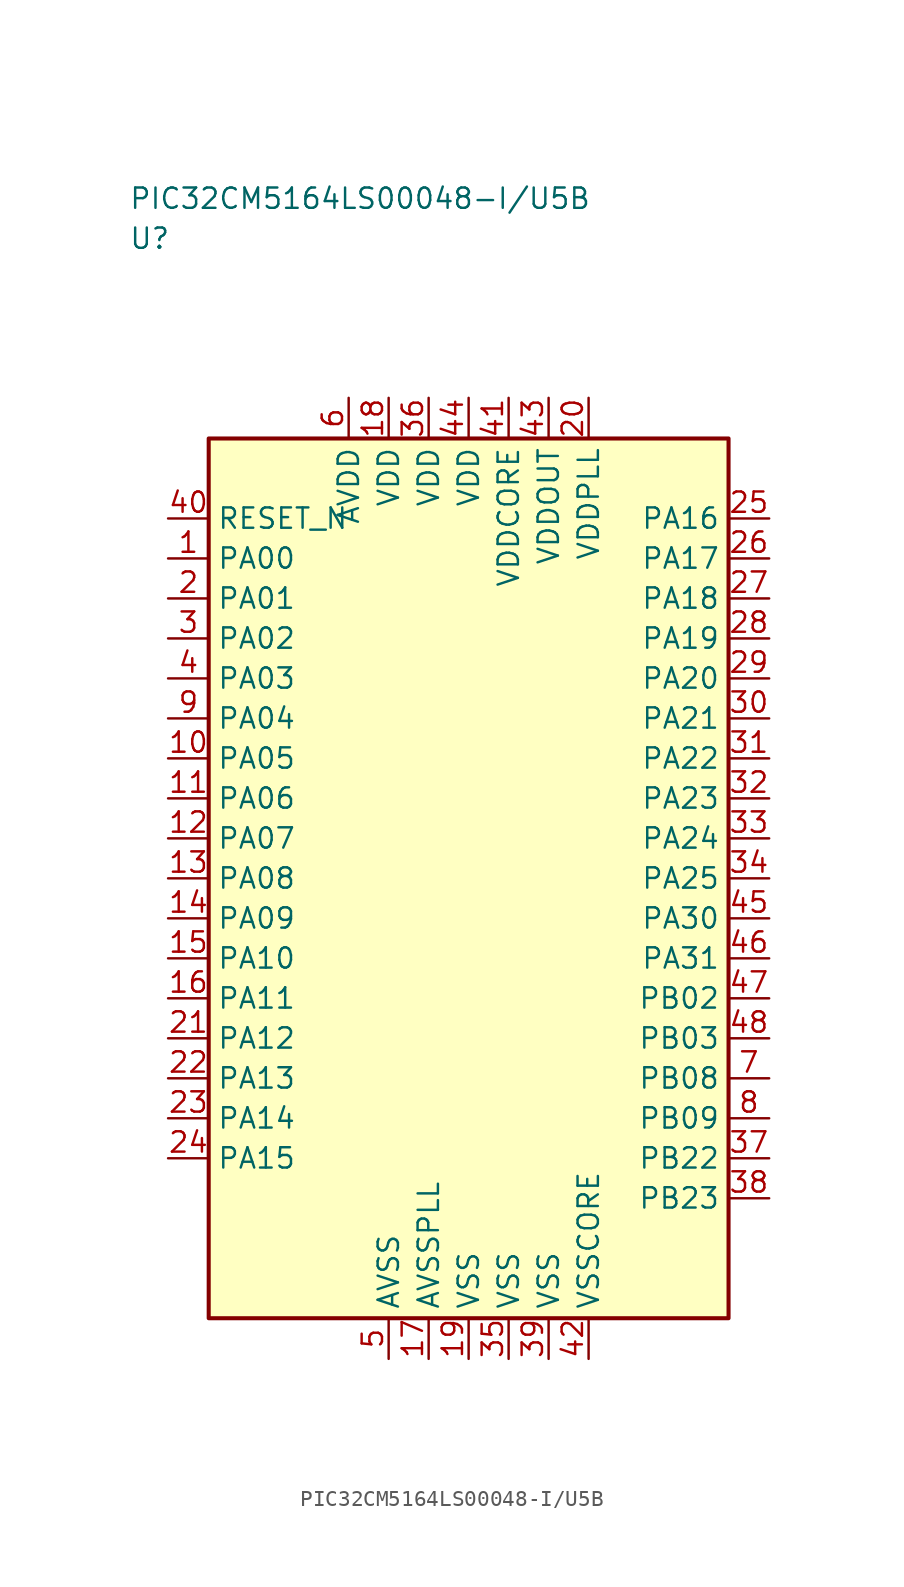
<source format=kicad_sym>
(kicad_symbol_lib
  (version 20241025)
  (generator "kicad_symbol_editor")
  (generator_version "8.0")
  (symbol "PIC32CM5164LS00048-I/U5B"
    (property "Reference" "U"
      (at -21.25 40.0 0)
      (effects (font (size 1.27 1.27)) (justify left)))
    (property "Value" "PIC32CM5164LS00048-I/U5B"
      (at -21.25 42.5 0)
      (effects (font (size 1.27 1.27)) (justify left)))
    (symbol "PIC32CM5164LS00048-I/U5B_0_1"
      (rectangle (start -16.25 27.5) (end 16.25 -27.5) (stroke (width 0.254) (type default)) (fill (type background))))
    (symbol "PIC32CM5164LS00048-I/U5B_1_1"
      (pin bidirectional line (at -18.79 20.0 0.0) (length 2.54) (name "PA00" (effects (font (size 1.27 1.27)))) (number "1" (effects (font (size 1.27 1.27)))))
      (pin bidirectional line (at -18.79 17.5 0.0) (length 2.54) (name "PA01" (effects (font (size 1.27 1.27)))) (number "2" (effects (font (size 1.27 1.27)))))
      (pin bidirectional line (at -18.79 15.0 0.0) (length 2.54) (name "PA02" (effects (font (size 1.27 1.27)))) (number "3" (effects (font (size 1.27 1.27)))))
      (pin bidirectional line (at -18.79 12.5 0.0) (length 2.54) (name "PA03" (effects (font (size 1.27 1.27)))) (number "4" (effects (font (size 1.27 1.27)))))
      (pin passive line (at -5.0 -30.04 90.0) (length 2.54) (name "AVSS" (effects (font (size 1.27 1.27)))) (number "5" (effects (font (size 1.27 1.27)))))
      (pin power_in line (at -7.5 30.04 270.0) (length 2.54) (name "AVDD" (effects (font (size 1.27 1.27)))) (number "6" (effects (font (size 1.27 1.27)))))
      (pin bidirectional line (at 18.79 -12.5 180.0) (length 2.54) (name "PB08" (effects (font (size 1.27 1.27)))) (number "7" (effects (font (size 1.27 1.27)))))
      (pin bidirectional line (at 18.79 -15.0 180.0) (length 2.54) (name "PB09" (effects (font (size 1.27 1.27)))) (number "8" (effects (font (size 1.27 1.27)))))
      (pin bidirectional line (at -18.79 10.0 0.0) (length 2.54) (name "PA04" (effects (font (size 1.27 1.27)))) (number "9" (effects (font (size 1.27 1.27)))))
      (pin bidirectional line (at -18.79 7.5 0.0) (length 2.54) (name "PA05" (effects (font (size 1.27 1.27)))) (number "10" (effects (font (size 1.27 1.27)))))
      (pin bidirectional line (at -18.79 5.0 0.0) (length 2.54) (name "PA06" (effects (font (size 1.27 1.27)))) (number "11" (effects (font (size 1.27 1.27)))))
      (pin bidirectional line (at -18.79 2.5 0.0) (length 2.54) (name "PA07" (effects (font (size 1.27 1.27)))) (number "12" (effects (font (size 1.27 1.27)))))
      (pin bidirectional line (at -18.79 0.0 0.0) (length 2.54) (name "PA08" (effects (font (size 1.27 1.27)))) (number "13" (effects (font (size 1.27 1.27)))))
      (pin bidirectional line (at -18.79 -2.5 0.0) (length 2.54) (name "PA09" (effects (font (size 1.27 1.27)))) (number "14" (effects (font (size 1.27 1.27)))))
      (pin bidirectional line (at -18.79 -5.0 0.0) (length 2.54) (name "PA10" (effects (font (size 1.27 1.27)))) (number "15" (effects (font (size 1.27 1.27)))))
      (pin bidirectional line (at -18.79 -7.5 0.0) (length 2.54) (name "PA11" (effects (font (size 1.27 1.27)))) (number "16" (effects (font (size 1.27 1.27)))))
      (pin passive line (at -2.5 -30.04 90.0) (length 2.54) (name "AVSSPLL" (effects (font (size 1.27 1.27)))) (number "17" (effects (font (size 1.27 1.27)))))
      (pin power_in line (at -5.0 30.04 270.0) (length 2.54) (name "VDD" (effects (font (size 1.27 1.27)))) (number "18" (effects (font (size 1.27 1.27)))))
      (pin passive line (at 0.0 -30.04 90.0) (length 2.54) (name "VSS" (effects (font (size 1.27 1.27)))) (number "19" (effects (font (size 1.27 1.27)))))
      (pin power_in line (at 7.5 30.04 270.0) (length 2.54) (name "VDDPLL" (effects (font (size 1.27 1.27)))) (number "20" (effects (font (size 1.27 1.27)))))
      (pin bidirectional line (at -18.79 -10.0 0.0) (length 2.54) (name "PA12" (effects (font (size 1.27 1.27)))) (number "21" (effects (font (size 1.27 1.27)))))
      (pin bidirectional line (at -18.79 -12.5 0.0) (length 2.54) (name "PA13" (effects (font (size 1.27 1.27)))) (number "22" (effects (font (size 1.27 1.27)))))
      (pin bidirectional line (at -18.79 -15.0 0.0) (length 2.54) (name "PA14" (effects (font (size 1.27 1.27)))) (number "23" (effects (font (size 1.27 1.27)))))
      (pin bidirectional line (at -18.79 -17.5 0.0) (length 2.54) (name "PA15" (effects (font (size 1.27 1.27)))) (number "24" (effects (font (size 1.27 1.27)))))
      (pin bidirectional line (at 18.79 22.5 180.0) (length 2.54) (name "PA16" (effects (font (size 1.27 1.27)))) (number "25" (effects (font (size 1.27 1.27)))))
      (pin bidirectional line (at 18.79 20.0 180.0) (length 2.54) (name "PA17" (effects (font (size 1.27 1.27)))) (number "26" (effects (font (size 1.27 1.27)))))
      (pin bidirectional line (at 18.79 17.5 180.0) (length 2.54) (name "PA18" (effects (font (size 1.27 1.27)))) (number "27" (effects (font (size 1.27 1.27)))))
      (pin bidirectional line (at 18.79 15.0 180.0) (length 2.54) (name "PA19" (effects (font (size 1.27 1.27)))) (number "28" (effects (font (size 1.27 1.27)))))
      (pin bidirectional line (at 18.79 12.5 180.0) (length 2.54) (name "PA20" (effects (font (size 1.27 1.27)))) (number "29" (effects (font (size 1.27 1.27)))))
      (pin bidirectional line (at 18.79 10.0 180.0) (length 2.54) (name "PA21" (effects (font (size 1.27 1.27)))) (number "30" (effects (font (size 1.27 1.27)))))
      (pin bidirectional line (at 18.79 7.5 180.0) (length 2.54) (name "PA22" (effects (font (size 1.27 1.27)))) (number "31" (effects (font (size 1.27 1.27)))))
      (pin bidirectional line (at 18.79 5.0 180.0) (length 2.54) (name "PA23" (effects (font (size 1.27 1.27)))) (number "32" (effects (font (size 1.27 1.27)))))
      (pin bidirectional line (at 18.79 2.5 180.0) (length 2.54) (name "PA24" (effects (font (size 1.27 1.27)))) (number "33" (effects (font (size 1.27 1.27)))))
      (pin bidirectional line (at 18.79 0.0 180.0) (length 2.54) (name "PA25" (effects (font (size 1.27 1.27)))) (number "34" (effects (font (size 1.27 1.27)))))
      (pin passive line (at 2.5 -30.04 90.0) (length 2.54) (name "VSS" (effects (font (size 1.27 1.27)))) (number "35" (effects (font (size 1.27 1.27)))))
      (pin power_in line (at -2.5 30.04 270.0) (length 2.54) (name "VDD" (effects (font (size 1.27 1.27)))) (number "36" (effects (font (size 1.27 1.27)))))
      (pin bidirectional line (at 18.79 -17.5 180.0) (length 2.54) (name "PB22" (effects (font (size 1.27 1.27)))) (number "37" (effects (font (size 1.27 1.27)))))
      (pin bidirectional line (at 18.79 -20.0 180.0) (length 2.54) (name "PB23" (effects (font (size 1.27 1.27)))) (number "38" (effects (font (size 1.27 1.27)))))
      (pin passive line (at 5.0 -30.04 90.0) (length 2.54) (name "VSS" (effects (font (size 1.27 1.27)))) (number "39" (effects (font (size 1.27 1.27)))))
      (pin input line (at -18.79 22.5 0.0) (length 2.54) (name "RESET_N" (effects (font (size 1.27 1.27)))) (number "40" (effects (font (size 1.27 1.27)))))
      (pin power_in line (at 2.5 30.04 270.0) (length 2.54) (name "VDDCORE" (effects (font (size 1.27 1.27)))) (number "41" (effects (font (size 1.27 1.27)))))
      (pin passive line (at 7.5 -30.04 90.0) (length 2.54) (name "VSSCORE" (effects (font (size 1.27 1.27)))) (number "42" (effects (font (size 1.27 1.27)))))
      (pin power_in line (at 5.0 30.04 270.0) (length 2.54) (name "VDDOUT" (effects (font (size 1.27 1.27)))) (number "43" (effects (font (size 1.27 1.27)))))
      (pin power_in line (at 0.0 30.04 270.0) (length 2.54) (name "VDD" (effects (font (size 1.27 1.27)))) (number "44" (effects (font (size 1.27 1.27)))))
      (pin bidirectional line (at 18.79 -2.5 180.0) (length 2.54) (name "PA30" (effects (font (size 1.27 1.27)))) (number "45" (effects (font (size 1.27 1.27)))))
      (pin bidirectional line (at 18.79 -5.0 180.0) (length 2.54) (name "PA31" (effects (font (size 1.27 1.27)))) (number "46" (effects (font (size 1.27 1.27)))))
      (pin bidirectional line (at 18.79 -7.5 180.0) (length 2.54) (name "PB02" (effects (font (size 1.27 1.27)))) (number "47" (effects (font (size 1.27 1.27)))))
      (pin bidirectional line (at 18.79 -10.0 180.0) (length 2.54) (name "PB03" (effects (font (size 1.27 1.27)))) (number "48" (effects (font (size 1.27 1.27))))))))
</source>
